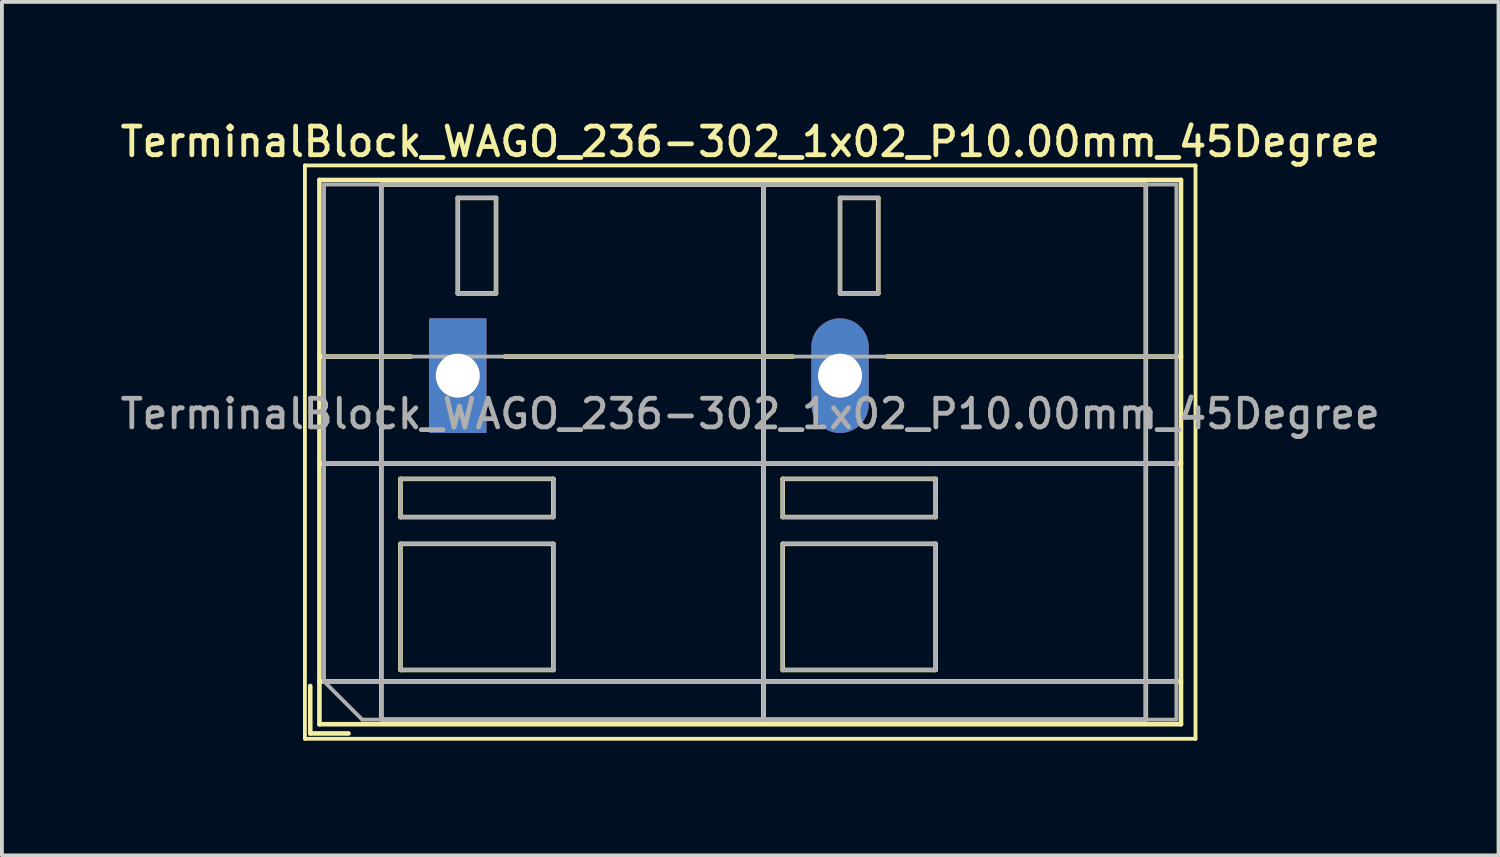
<source format=kicad_pcb>
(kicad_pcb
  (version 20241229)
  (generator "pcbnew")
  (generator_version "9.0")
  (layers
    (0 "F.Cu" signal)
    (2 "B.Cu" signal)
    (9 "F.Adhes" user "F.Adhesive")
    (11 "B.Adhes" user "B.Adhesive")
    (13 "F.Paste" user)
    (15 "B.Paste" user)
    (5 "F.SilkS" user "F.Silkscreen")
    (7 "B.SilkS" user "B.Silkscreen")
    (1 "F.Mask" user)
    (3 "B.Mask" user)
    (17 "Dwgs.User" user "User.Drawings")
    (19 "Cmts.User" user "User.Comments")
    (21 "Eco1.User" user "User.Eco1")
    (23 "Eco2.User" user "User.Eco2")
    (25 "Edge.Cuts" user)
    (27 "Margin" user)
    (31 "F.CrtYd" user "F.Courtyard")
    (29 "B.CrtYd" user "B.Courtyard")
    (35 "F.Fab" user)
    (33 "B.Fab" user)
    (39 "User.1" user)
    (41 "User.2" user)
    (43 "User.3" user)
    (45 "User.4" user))
  (footprint "TerminalBlock_WAGO_236-302_1x02_P10.00mm_45Degree"
    (layer "F.Cu")
    (at 8.927 6.778)
    (property "Reference" "TerminalBlock_WAGO_236-302_1x02_P10.00mm_45Degree" (at 7.65 -6.12 0) (layer "F.SilkS") (effects (font (size 0.75 0.75) (thickness 0.125))))
    (attr through_hole)
    (fp_line (start -4 -5.5) (end -4 9.5) (stroke (width 0.1) (type solid)) (layer "F.SilkS"))
    (fp_line (start -4 9.5) (end 19.3 9.5) (stroke (width 0.1) (type solid)) (layer "F.SilkS"))
    (fp_line (start -3.86 8.12) (end -3.86 9.36) (stroke (width 0.12) (type solid)) (layer "F.SilkS"))
    (fp_line (start -3.86 9.36) (end -2.86 9.36) (stroke (width 0.12) (type solid)) (layer "F.SilkS"))
    (fp_line (start -3.62 -5.12) (end -3.62 9.12) (stroke (width 0.12) (type solid)) (layer "F.SilkS"))
    (fp_line (start -3.62 -5.12) (end 18.92 -5.12) (stroke (width 0.12) (type solid)) (layer "F.SilkS"))
    (fp_line (start -3.62 -0.5) (end -1.23 -0.5) (stroke (width 0.12) (type solid)) (layer "F.SilkS"))
    (fp_line (start -3.62 2.3) (end 18.92 2.3) (stroke (width 0.12) (type solid)) (layer "F.SilkS"))
    (fp_line (start -3.62 8) (end 18.92 8) (stroke (width 0.12) (type solid)) (layer "F.SilkS"))
    (fp_line (start -3.62 9.12) (end 18.92 9.12) (stroke (width 0.12) (type solid)) (layer "F.SilkS"))
    (fp_line (start -2 -5) (end -2 9) (stroke (width 0.12) (type solid)) (layer "F.SilkS"))
    (fp_line (start -2 -5) (end 8 -5) (stroke (width 0.12) (type solid)) (layer "F.SilkS"))
    (fp_line (start -2 9) (end 8 9) (stroke (width 0.12) (type solid)) (layer "F.SilkS"))
    (fp_line (start -1.5 2.7) (end -1.5 3.7) (stroke (width 0.12) (type solid)) (layer "F.SilkS"))
    (fp_line (start -1.5 2.7) (end 2.5 2.7) (stroke (width 0.12) (type solid)) (layer "F.SilkS"))
    (fp_line (start -1.5 3.7) (end 2.5 3.7) (stroke (width 0.12) (type solid)) (layer "F.SilkS"))
    (fp_line (start -1.5 4.4) (end -1.5 7.7) (stroke (width 0.12) (type solid)) (layer "F.SilkS"))
    (fp_line (start -1.5 4.4) (end 2.5 4.4) (stroke (width 0.12) (type solid)) (layer "F.SilkS"))
    (fp_line (start -1.5 7.7) (end 2.5 7.7) (stroke (width 0.12) (type solid)) (layer "F.SilkS"))
    (fp_line (start 0 -4.65) (end 0 -2.151) (stroke (width 0.12) (type solid)) (layer "F.SilkS"))
    (fp_line (start 0 -4.65) (end 1 -4.65) (stroke (width 0.12) (type solid)) (layer "F.SilkS"))
    (fp_line (start 0 -2.151) (end 1 -2.151) (stroke (width 0.12) (type solid)) (layer "F.SilkS"))
    (fp_line (start 1 -4.65) (end 1 -2.151) (stroke (width 0.12) (type solid)) (layer "F.SilkS"))
    (fp_line (start 1.23 -0.5) (end 8.77 -0.5) (stroke (width 0.12) (type solid)) (layer "F.SilkS"))
    (fp_line (start 2.5 2.7) (end 2.5 3.7) (stroke (width 0.12) (type solid)) (layer "F.SilkS"))
    (fp_line (start 2.5 4.4) (end 2.5 7.7) (stroke (width 0.12) (type solid)) (layer "F.SilkS"))
    (fp_line (start 8 -5) (end 8 9) (stroke (width 0.12) (type solid)) (layer "F.SilkS"))
    (fp_line (start 8 -5) (end 8 9) (stroke (width 0.12) (type solid)) (layer "F.SilkS"))
    (fp_line (start 8 -5) (end 18 -5) (stroke (width 0.12) (type solid)) (layer "F.SilkS"))
    (fp_line (start 8 9) (end 18 9) (stroke (width 0.12) (type solid)) (layer "F.SilkS"))
    (fp_line (start 8.5 2.7) (end 8.5 3.7) (stroke (width 0.12) (type solid)) (layer "F.SilkS"))
    (fp_line (start 8.5 2.7) (end 12.5 2.7) (stroke (width 0.12) (type solid)) (layer "F.SilkS"))
    (fp_line (start 8.5 3.7) (end 12.5 3.7) (stroke (width 0.12) (type solid)) (layer "F.SilkS"))
    (fp_line (start 8.5 4.4) (end 8.5 7.7) (stroke (width 0.12) (type solid)) (layer "F.SilkS"))
    (fp_line (start 8.5 4.4) (end 12.5 4.4) (stroke (width 0.12) (type solid)) (layer "F.SilkS"))
    (fp_line (start 8.5 7.7) (end 12.5 7.7) (stroke (width 0.12) (type solid)) (layer "F.SilkS"))
    (fp_line (start 10 -4.65) (end 10 -2.151) (stroke (width 0.12) (type solid)) (layer "F.SilkS"))
    (fp_line (start 10 -4.65) (end 11 -4.65) (stroke (width 0.12) (type solid)) (layer "F.SilkS"))
    (fp_line (start 10 -2.151) (end 11 -2.151) (stroke (width 0.12) (type solid)) (layer "F.SilkS"))
    (fp_line (start 11 -4.65) (end 11 -2.151) (stroke (width 0.12) (type solid)) (layer "F.SilkS"))
    (fp_line (start 11.23 -0.5) (end 18.92 -0.5) (stroke (width 0.12) (type solid)) (layer "F.SilkS"))
    (fp_line (start 12.5 2.7) (end 12.5 3.7) (stroke (width 0.12) (type solid)) (layer "F.SilkS"))
    (fp_line (start 12.5 4.4) (end 12.5 7.7) (stroke (width 0.12) (type solid)) (layer "F.SilkS"))
    (fp_line (start 18 -5) (end 18 9) (stroke (width 0.12) (type solid)) (layer "F.SilkS"))
    (fp_line (start 18.92 -5.12) (end 18.92 9.12) (stroke (width 0.12) (type solid)) (layer "F.SilkS"))
    (fp_line (start 19.3 -5.5) (end -4 -5.5) (stroke (width 0.1) (type solid)) (layer "F.SilkS"))
    (fp_line (start 19.3 9.5) (end 19.3 -5.5) (stroke (width 0.1) (type solid)) (layer "F.SilkS"))
    (fp_line (start -3.5 -5) (end 18.8 -5) (stroke (width 0.1) (type solid)) (layer "F.Fab"))
    (fp_line (start -3.5 -0.5) (end 18.8 -0.5) (stroke (width 0.1) (type solid)) (layer "F.Fab"))
    (fp_line (start -3.5 2.3) (end 18.8 2.3) (stroke (width 0.1) (type solid)) (layer "F.Fab"))
    (fp_line (start -3.5 8) (end -3.5 -5) (stroke (width 0.1) (type solid)) (layer "F.Fab"))
    (fp_line (start -3.5 8) (end 18.8 8) (stroke (width 0.1) (type solid)) (layer "F.Fab"))
    (fp_line (start -2.5 9) (end -3.5 8) (stroke (width 0.1) (type solid)) (layer "F.Fab"))
    (fp_line (start -2 -5) (end -2 9) (stroke (width 0.1) (type solid)) (layer "F.Fab"))
    (fp_line (start -2 9) (end 8 9) (stroke (width 0.1) (type solid)) (layer "F.Fab"))
    (fp_line (start -1.5 2.7) (end -1.5 3.7) (stroke (width 0.1) (type solid)) (layer "F.Fab"))
    (fp_line (start -1.5 3.7) (end 2.5 3.7) (stroke (width 0.1) (type solid)) (layer "F.Fab"))
    (fp_line (start -1.5 4.4) (end -1.5 7.7) (stroke (width 0.1) (type solid)) (layer "F.Fab"))
    (fp_line (start -1.5 7.7) (end 2.5 7.7) (stroke (width 0.1) (type solid)) (layer "F.Fab"))
    (fp_line (start 0 -4.65) (end 0 -2.15) (stroke (width 0.1) (type solid)) (layer "F.Fab"))
    (fp_line (start 0 -2.15) (end 1 -2.15) (stroke (width 0.1) (type solid)) (layer "F.Fab"))
    (fp_line (start 1 -4.65) (end 0 -4.65) (stroke (width 0.1) (type solid)) (layer "F.Fab"))
    (fp_line (start 1 -2.15) (end 1 -4.65) (stroke (width 0.1) (type solid)) (layer "F.Fab"))
    (fp_line (start 2.5 2.7) (end -1.5 2.7) (stroke (width 0.1) (type solid)) (layer "F.Fab"))
    (fp_line (start 2.5 3.7) (end 2.5 2.7) (stroke (width 0.1) (type solid)) (layer "F.Fab"))
    (fp_line (start 2.5 4.4) (end -1.5 4.4) (stroke (width 0.1) (type solid)) (layer "F.Fab"))
    (fp_line (start 2.5 7.7) (end 2.5 4.4) (stroke (width 0.1) (type solid)) (layer "F.Fab"))
    (fp_line (start 8 -5) (end -2 -5) (stroke (width 0.1) (type solid)) (layer "F.Fab"))
    (fp_line (start 8 -5) (end 8 9) (stroke (width 0.1) (type solid)) (layer "F.Fab"))
    (fp_line (start 8 9) (end 8 -5) (stroke (width 0.1) (type solid)) (layer "F.Fab"))
    (fp_line (start 8 9) (end 18 9) (stroke (width 0.1) (type solid)) (layer "F.Fab"))
    (fp_line (start 8.5 2.7) (end 8.5 3.7) (stroke (width 0.1) (type solid)) (layer "F.Fab"))
    (fp_line (start 8.5 3.7) (end 12.5 3.7) (stroke (width 0.1) (type solid)) (layer "F.Fab"))
    (fp_line (start 8.5 4.4) (end 8.5 7.7) (stroke (width 0.1) (type solid)) (layer "F.Fab"))
    (fp_line (start 8.5 7.7) (end 12.5 7.7) (stroke (width 0.1) (type solid)) (layer "F.Fab"))
    (fp_line (start 10 -4.65) (end 10 -2.15) (stroke (width 0.1) (type solid)) (layer "F.Fab"))
    (fp_line (start 10 -2.15) (end 11 -2.15) (stroke (width 0.1) (type solid)) (layer "F.Fab"))
    (fp_line (start 11 -4.65) (end 10 -4.65) (stroke (width 0.1) (type solid)) (layer "F.Fab"))
    (fp_line (start 11 -2.15) (end 11 -4.65) (stroke (width 0.1) (type solid)) (layer "F.Fab"))
    (fp_line (start 12.5 2.7) (end 8.5 2.7) (stroke (width 0.1) (type solid)) (layer "F.Fab"))
    (fp_line (start 12.5 3.7) (end 12.5 2.7) (stroke (width 0.1) (type solid)) (layer "F.Fab"))
    (fp_line (start 12.5 4.4) (end 8.5 4.4) (stroke (width 0.1) (type solid)) (layer "F.Fab"))
    (fp_line (start 12.5 7.7) (end 12.5 4.4) (stroke (width 0.1) (type solid)) (layer "F.Fab"))
    (fp_line (start 18 -5) (end 8 -5) (stroke (width 0.1) (type solid)) (layer "F.Fab"))
    (fp_line (start 18 9) (end 18 -5) (stroke (width 0.1) (type solid)) (layer "F.Fab"))
    (fp_line (start 18.8 -5) (end 18.8 9) (stroke (width 0.1) (type solid)) (layer "F.Fab"))
    (fp_line (start 18.8 9) (end -2.5 9) (stroke (width 0.1) (type solid)) (layer "F.Fab"))
    (fp_text user "${REFERENCE}" (at 7.65 1 0) (layer "F.Fab") (effects (font (size 0.75 0.75) (thickness 0.125))))
    (pad "1" thru_hole rect (at 0 0) (size 1.5 3) (drill 1.15) (layers "*.Cu" "*.Mask"))
    (pad "2" thru_hole oval (at 10 0) (size 1.5 3) (drill 1.15) (layers "*.Cu" "*.Mask")))
  (gr_rect
    (start -3 -3)
    (end 36.154 19.328)
    (stroke (width 0.1) (type default))
    (fill no)
    (layer "Edge.Cuts")))
</source>
